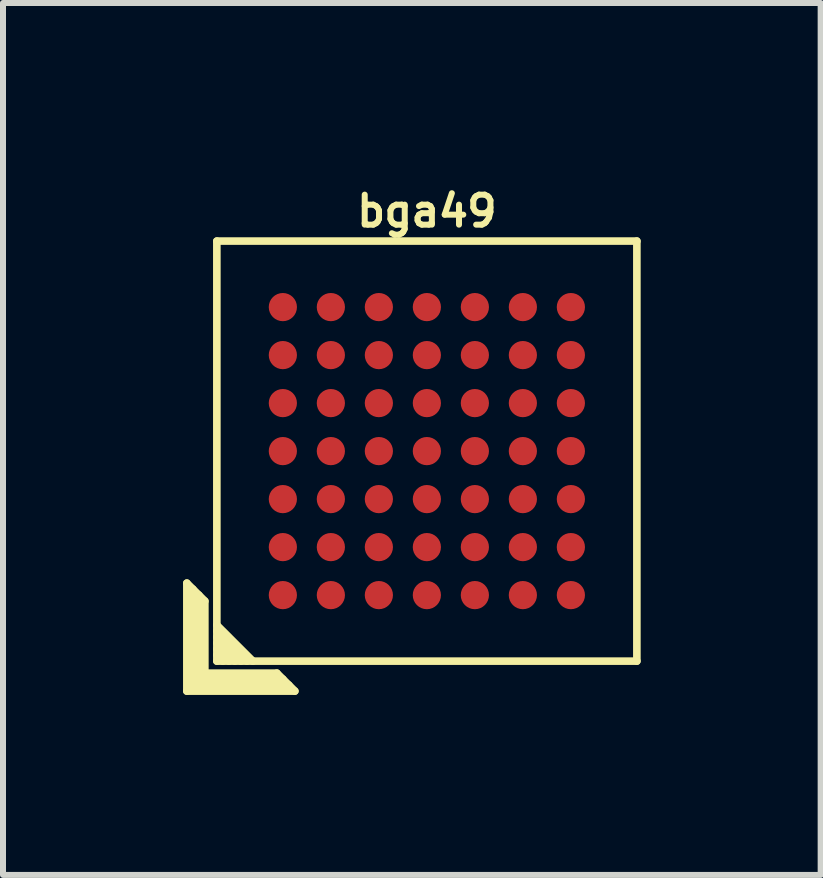
<source format=kicad_pcb>
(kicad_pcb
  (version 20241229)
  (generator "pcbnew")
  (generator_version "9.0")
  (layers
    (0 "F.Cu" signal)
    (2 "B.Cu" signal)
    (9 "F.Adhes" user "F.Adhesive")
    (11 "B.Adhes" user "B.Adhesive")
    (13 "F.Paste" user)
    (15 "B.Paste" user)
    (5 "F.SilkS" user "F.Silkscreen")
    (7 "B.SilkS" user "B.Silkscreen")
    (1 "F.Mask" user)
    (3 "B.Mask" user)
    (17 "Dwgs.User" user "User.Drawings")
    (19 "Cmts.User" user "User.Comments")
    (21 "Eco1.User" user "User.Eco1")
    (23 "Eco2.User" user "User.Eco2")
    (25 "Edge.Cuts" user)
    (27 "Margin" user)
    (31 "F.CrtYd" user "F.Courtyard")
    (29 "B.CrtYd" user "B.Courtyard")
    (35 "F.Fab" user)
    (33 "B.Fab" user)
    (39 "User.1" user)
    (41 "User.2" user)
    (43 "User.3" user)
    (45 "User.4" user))
  (footprint "bga49"
    (layer "F.Cu")
    (at 4.064 4.468)
    (property "Reference" "bga49" (at 0 -4 0) (layer "F.SilkS") (effects (font (size 0.5 0.5) (thickness 0.1))))
    (attr through_hole)
    (fp_line (start -4 2.2) (end -3.7 2.5) (stroke (width 0.127) (type solid)) (layer "F.SilkS"))
    (fp_line (start -4 4) (end -4 2.2) (stroke (width 0.127) (type solid)) (layer "F.SilkS"))
    (fp_line (start -3.9 3.9) (end -3.9 2.3) (stroke (width 0.127) (type solid)) (layer "F.SilkS"))
    (fp_line (start -3.8 2.4) (end -3.8 3.8) (stroke (width 0.127) (type solid)) (layer "F.SilkS"))
    (fp_line (start -3.8 3.8) (end -2.4 3.8) (stroke (width 0.127) (type solid)) (layer "F.SilkS"))
    (fp_line (start -3.7 2.5) (end -3.7 3.7) (stroke (width 0.127) (type solid)) (layer "F.SilkS"))
    (fp_line (start -3.7 3.7) (end -2.5 3.7) (stroke (width 0.127) (type solid)) (layer "F.SilkS"))
    (fp_line (start -3.5 -3.5) (end 3.5 -3.5) (stroke (width 0.127) (type solid)) (layer "F.SilkS"))
    (fp_line (start -3.5 2.9) (end -2.9 3.5) (stroke (width 0.127) (type solid)) (layer "F.SilkS"))
    (fp_line (start -3.5 3.5) (end -3.5 -3.5) (stroke (width 0.127) (type solid)) (layer "F.SilkS"))
    (fp_line (start -3.4 3.5) (end -3.5 3.4) (stroke (width 0.127) (type solid)) (layer "F.SilkS"))
    (fp_line (start -3.3 3.5) (end -3.5 3.3) (stroke (width 0.127) (type solid)) (layer "F.SilkS"))
    (fp_line (start -3.2 3.5) (end -3.5 3.2) (stroke (width 0.127) (type solid)) (layer "F.SilkS"))
    (fp_line (start -3.1 3.5) (end -3.5 3.1) (stroke (width 0.127) (type solid)) (layer "F.SilkS"))
    (fp_line (start -3 3.5) (end -3.5 3) (stroke (width 0.127) (type solid)) (layer "F.SilkS"))
    (fp_line (start -2.5 3.7) (end -2.2 4) (stroke (width 0.127) (type solid)) (layer "F.SilkS"))
    (fp_line (start -2.3 3.9) (end -3.9 3.9) (stroke (width 0.127) (type solid)) (layer "F.SilkS"))
    (fp_line (start -2.2 4) (end -4 4) (stroke (width 0.127) (type solid)) (layer "F.SilkS"))
    (fp_line (start 3.5 -3.5) (end 3.5 3.5) (stroke (width 0.127) (type solid)) (layer "F.SilkS"))
    (fp_line (start 3.5 3.5) (end -3.5 3.5) (stroke (width 0.127) (type solid)) (layer "F.SilkS"))
    (pad "A1" smd circle (at -2.4 2.4) (size 0.47 0.47) (layers "F.Cu" "F.Mask" "F.Paste"))
    (pad "A2" smd circle (at -2.4 1.6) (size 0.47 0.47) (layers "F.Cu" "F.Mask" "F.Paste"))
    (pad "A3" smd circle (at -2.4 0.8) (size 0.47 0.47) (layers "F.Cu" "F.Mask" "F.Paste"))
    (pad "A4" smd circle (at -2.4 0) (size 0.47 0.47) (layers "F.Cu" "F.Mask" "F.Paste"))
    (pad "A5" smd circle (at -2.4 -0.8) (size 0.47 0.47) (layers "F.Cu" "F.Mask" "F.Paste"))
    (pad "A6" smd circle (at -2.4 -1.6) (size 0.47 0.47) (layers "F.Cu" "F.Mask" "F.Paste"))
    (pad "A7" smd circle (at -2.4 -2.4) (size 0.47 0.47) (layers "F.Cu" "F.Mask" "F.Paste"))
    (pad "B1" smd circle (at -1.6 2.4) (size 0.47 0.47) (layers "F.Cu" "F.Mask" "F.Paste"))
    (pad "B2" smd circle (at -1.6 1.6) (size 0.47 0.47) (layers "F.Cu" "F.Mask" "F.Paste"))
    (pad "B3" smd circle (at -1.6 0.8) (size 0.47 0.47) (layers "F.Cu" "F.Mask" "F.Paste"))
    (pad "B4" smd circle (at -1.6 0) (size 0.47 0.47) (layers "F.Cu" "F.Mask" "F.Paste"))
    (pad "B5" smd circle (at -1.6 -0.8) (size 0.47 0.47) (layers "F.Cu" "F.Mask" "F.Paste"))
    (pad "B6" smd circle (at -1.6 -1.6) (size 0.47 0.47) (layers "F.Cu" "F.Mask" "F.Paste"))
    (pad "B7" smd circle (at -1.6 -2.4) (size 0.47 0.47) (layers "F.Cu" "F.Mask" "F.Paste"))
    (pad "C1" smd circle (at -0.8 2.4) (size 0.47 0.47) (layers "F.Cu" "F.Mask" "F.Paste"))
    (pad "C2" smd circle (at -0.8 1.6) (size 0.47 0.47) (layers "F.Cu" "F.Mask" "F.Paste"))
    (pad "C3" smd circle (at -0.8 0.8) (size 0.47 0.47) (layers "F.Cu" "F.Mask" "F.Paste"))
    (pad "C4" smd circle (at -0.8 0) (size 0.47 0.47) (layers "F.Cu" "F.Mask" "F.Paste"))
    (pad "C5" smd circle (at -0.8 -0.8) (size 0.47 0.47) (layers "F.Cu" "F.Mask" "F.Paste"))
    (pad "C6" smd circle (at -0.8 -1.6) (size 0.47 0.47) (layers "F.Cu" "F.Mask" "F.Paste"))
    (pad "C7" smd circle (at -0.8 -2.4) (size 0.47 0.47) (layers "F.Cu" "F.Mask" "F.Paste"))
    (pad "D1" smd circle (at 0 2.4) (size 0.47 0.47) (layers "F.Cu" "F.Mask" "F.Paste"))
    (pad "D2" smd circle (at 0 1.6) (size 0.47 0.47) (layers "F.Cu" "F.Mask" "F.Paste"))
    (pad "D3" smd circle (at 0 0.8) (size 0.47 0.47) (layers "F.Cu" "F.Mask" "F.Paste"))
    (pad "D4" smd circle (at 0 0) (size 0.47 0.47) (layers "F.Cu" "F.Mask" "F.Paste"))
    (pad "D5" smd circle (at 0 -0.8) (size 0.47 0.47) (layers "F.Cu" "F.Mask" "F.Paste"))
    (pad "D6" smd circle (at 0 -1.6) (size 0.47 0.47) (layers "F.Cu" "F.Mask" "F.Paste"))
    (pad "D7" smd circle (at 0 -2.4) (size 0.47 0.47) (layers "F.Cu" "F.Mask" "F.Paste"))
    (pad "E1" smd circle (at 0.8 2.4) (size 0.47 0.47) (layers "F.Cu" "F.Mask" "F.Paste"))
    (pad "E2" smd circle (at 0.8 1.6) (size 0.47 0.47) (layers "F.Cu" "F.Mask" "F.Paste"))
    (pad "E3" smd circle (at 0.8 0.8) (size 0.47 0.47) (layers "F.Cu" "F.Mask" "F.Paste"))
    (pad "E4" smd circle (at 0.8 0) (size 0.47 0.47) (layers "F.Cu" "F.Mask" "F.Paste"))
    (pad "E5" smd circle (at 0.8 -0.8) (size 0.47 0.47) (layers "F.Cu" "F.Mask" "F.Paste"))
    (pad "E6" smd circle (at 0.8 -1.6) (size 0.47 0.47) (layers "F.Cu" "F.Mask" "F.Paste"))
    (pad "E7" smd circle (at 0.8 -2.4) (size 0.47 0.47) (layers "F.Cu" "F.Mask" "F.Paste"))
    (pad "F1" smd circle (at 1.6 2.4) (size 0.47 0.47) (layers "F.Cu" "F.Mask" "F.Paste"))
    (pad "F2" smd circle (at 1.6 1.6) (size 0.47 0.47) (layers "F.Cu" "F.Mask" "F.Paste"))
    (pad "F3" smd circle (at 1.6 0.8) (size 0.47 0.47) (layers "F.Cu" "F.Mask" "F.Paste"))
    (pad "F4" smd circle (at 1.6 0) (size 0.47 0.47) (layers "F.Cu" "F.Mask" "F.Paste"))
    (pad "F5" smd circle (at 1.6 -0.8) (size 0.47 0.47) (layers "F.Cu" "F.Mask" "F.Paste"))
    (pad "F6" smd circle (at 1.6 -1.6) (size 0.47 0.47) (layers "F.Cu" "F.Mask" "F.Paste"))
    (pad "F7" smd circle (at 1.6 -2.4) (size 0.47 0.47) (layers "F.Cu" "F.Mask" "F.Paste"))
    (pad "G1" smd circle (at 2.4 2.4) (size 0.47 0.47) (layers "F.Cu" "F.Mask" "F.Paste"))
    (pad "G2" smd circle (at 2.4 1.6) (size 0.47 0.47) (layers "F.Cu" "F.Mask" "F.Paste"))
    (pad "G3" smd circle (at 2.4 0.8) (size 0.47 0.47) (layers "F.Cu" "F.Mask" "F.Paste"))
    (pad "G4" smd circle (at 2.4 0) (size 0.47 0.47) (layers "F.Cu" "F.Mask" "F.Paste"))
    (pad "G5" smd circle (at 2.4 -0.8) (size 0.47 0.47) (layers "F.Cu" "F.Mask" "F.Paste"))
    (pad "G6" smd circle (at 2.4 -1.6) (size 0.47 0.47) (layers "F.Cu" "F.Mask" "F.Paste"))
    (pad "G7" smd circle (at 2.4 -2.4) (size 0.47 0.47) (layers "F.Cu" "F.Mask" "F.Paste")))
  (gr_rect
    (start -3 -3)
    (end 10.627 11.531)
    (stroke (width 0.1) (type default))
    (fill no)
    (layer "Edge.Cuts")))
</source>
